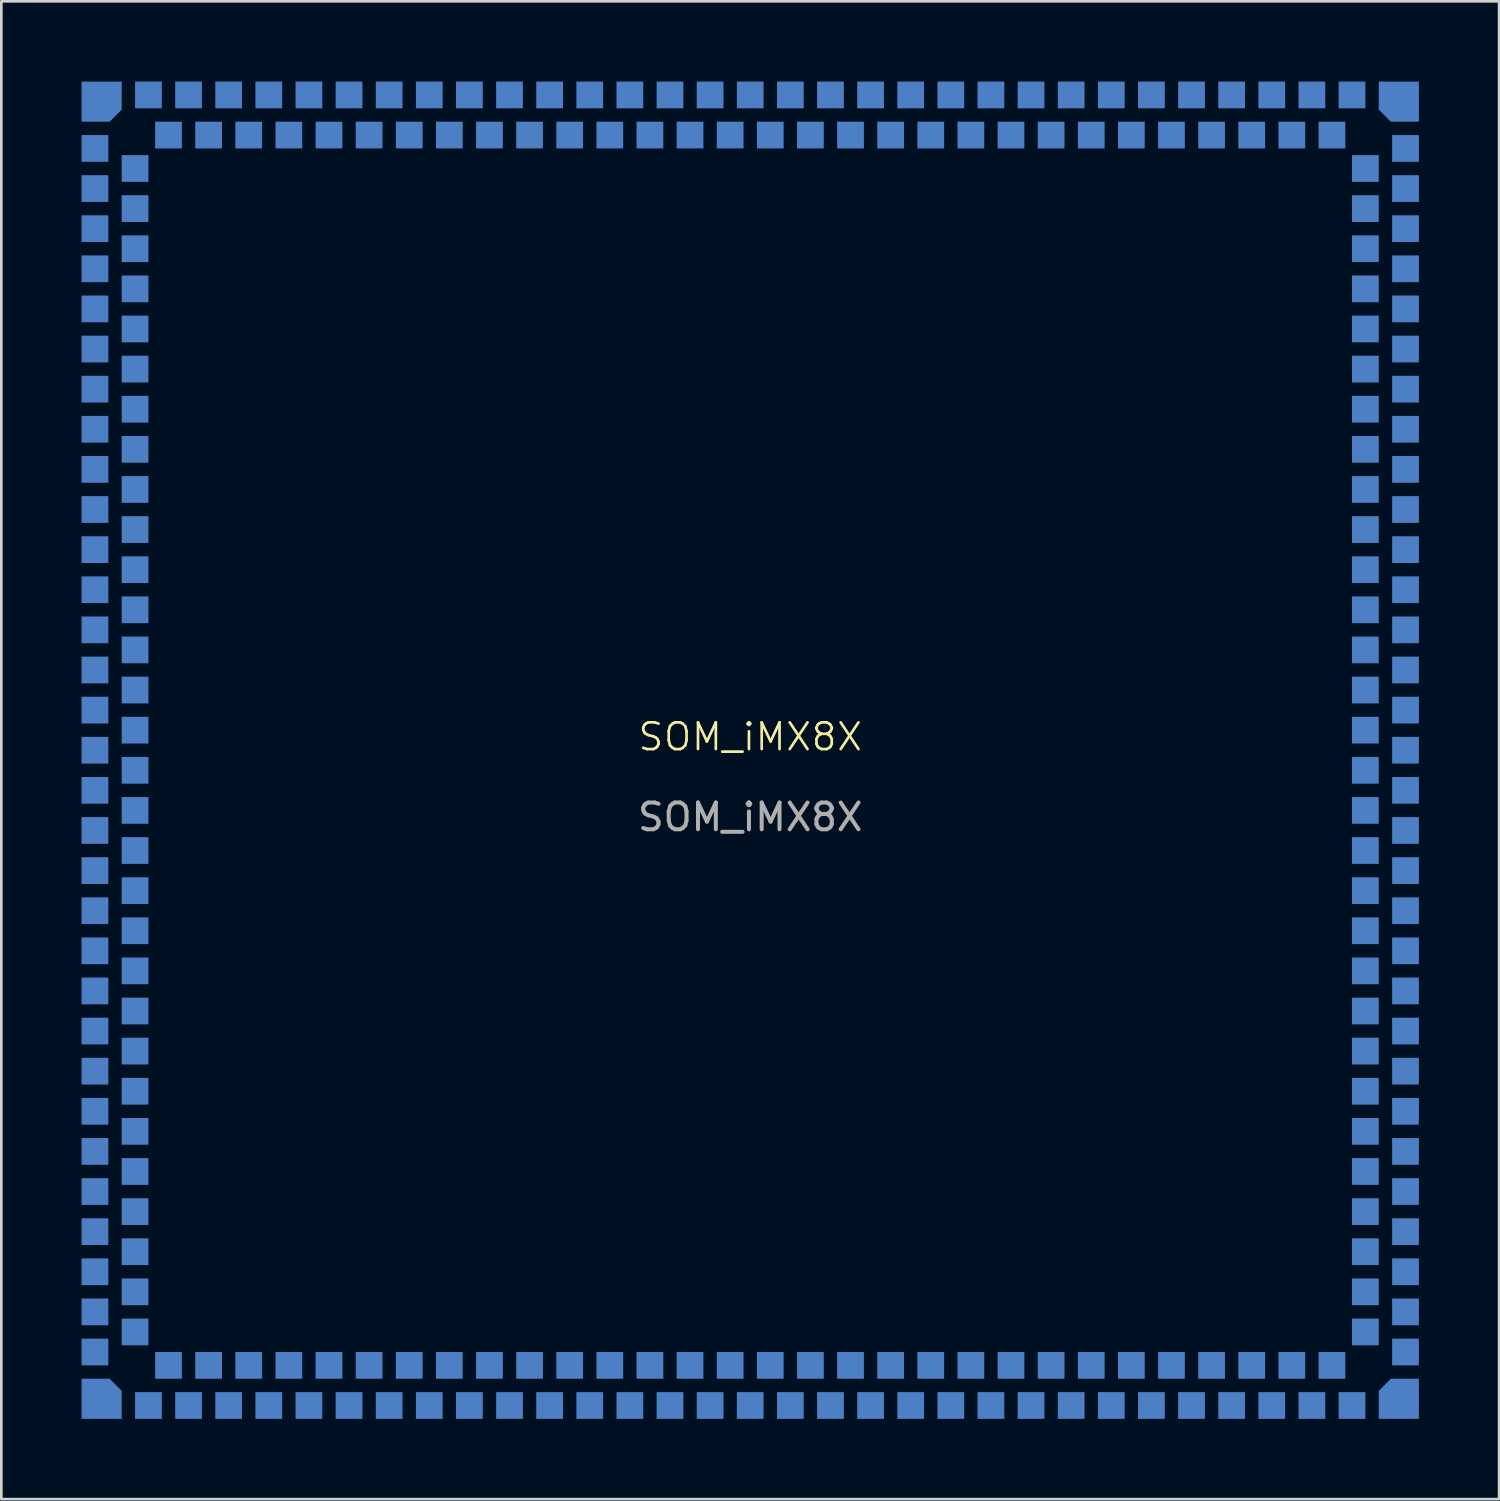
<source format=kicad_pcb>
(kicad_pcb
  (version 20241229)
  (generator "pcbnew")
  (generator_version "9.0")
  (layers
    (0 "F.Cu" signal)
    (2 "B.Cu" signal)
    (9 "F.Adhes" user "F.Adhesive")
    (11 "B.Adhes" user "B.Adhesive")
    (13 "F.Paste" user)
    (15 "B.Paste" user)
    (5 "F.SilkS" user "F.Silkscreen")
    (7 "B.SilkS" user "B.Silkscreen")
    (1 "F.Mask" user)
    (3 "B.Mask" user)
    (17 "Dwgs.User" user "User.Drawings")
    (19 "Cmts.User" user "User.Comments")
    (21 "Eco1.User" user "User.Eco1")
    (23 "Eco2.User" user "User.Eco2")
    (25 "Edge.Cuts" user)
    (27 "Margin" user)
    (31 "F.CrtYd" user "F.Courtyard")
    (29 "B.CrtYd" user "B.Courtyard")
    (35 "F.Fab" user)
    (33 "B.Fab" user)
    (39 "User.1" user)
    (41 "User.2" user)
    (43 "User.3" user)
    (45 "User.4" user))
  (footprint "SOM_iMX8X"
    (layer "F.Cu")
    (at 25 25)
    (property "Reference" "SOM_iMX8X" (at 0 -0.5 0) (unlocked yes) (layer "F.SilkS") (effects (font (size 1 1) (thickness 0.1))))
    (attr smd)
    (fp_text user "${REFERENCE}" (at 0 2.5 0) (unlocked yes) (layer "F.Fab") (effects (font (size 1 1) (thickness 0.15))))
    (pad "1" smd roundrect (at -24.25 -24.25) (size 1.5 1.5) (layers "B.Cu" "B.Mask") (roundrect_rratio 0) (chamfer_ratio 0.3) (chamfer bottom_right))
    (pad "2" smd rect (at -24.5 -22.5) (size 1 1) (layers "B.Cu" "B.Mask"))
    (pad "3" smd rect (at -24.5 -21) (size 1 1) (layers "B.Cu" "B.Mask"))
    (pad "4" smd rect (at -24.5 -19.5) (size 1 1) (layers "B.Cu" "B.Mask"))
    (pad "5" smd rect (at -24.5 -18) (size 1 1) (layers "B.Cu" "B.Mask"))
    (pad "6" smd rect (at -24.5 -16.5) (size 1 1) (layers "B.Cu" "B.Mask"))
    (pad "7" smd rect (at -24.5 -15) (size 1 1) (layers "B.Cu" "B.Mask"))
    (pad "8" smd rect (at -24.5 -13.5) (size 1 1) (layers "B.Cu" "B.Mask"))
    (pad "9" smd rect (at -24.5 -12) (size 1 1) (layers "B.Cu" "B.Mask"))
    (pad "10" smd rect (at -24.5 -10.5) (size 1 1) (layers "B.Cu" "B.Mask"))
    (pad "11" smd rect (at -24.5 -9) (size 1 1) (layers "B.Cu" "B.Mask"))
    (pad "12" smd rect (at -24.5 -7.5) (size 1 1) (layers "B.Cu" "B.Mask"))
    (pad "13" smd rect (at -24.5 -6) (size 1 1) (layers "B.Cu" "B.Mask"))
    (pad "14" smd rect (at -24.5 -4.5) (size 1 1) (layers "B.Cu" "B.Mask"))
    (pad "15" smd rect (at -24.5 -3) (size 1 1) (layers "B.Cu" "B.Mask"))
    (pad "16" smd rect (at -24.5 -1.5) (size 1 1) (layers "B.Cu" "B.Mask"))
    (pad "17" smd rect (at -24.5 0) (size 1 1) (layers "B.Cu" "B.Mask"))
    (pad "18" smd rect (at -24.5 1.5) (size 1 1) (layers "B.Cu" "B.Mask"))
    (pad "19" smd rect (at -24.5 3) (size 1 1) (layers "B.Cu" "B.Mask"))
    (pad "20" smd rect (at -24.5 4.5) (size 1 1) (layers "B.Cu" "B.Mask"))
    (pad "21" smd rect (at -24.5 6) (size 1 1) (layers "B.Cu" "B.Mask"))
    (pad "22" smd rect (at -24.5 7.5) (size 1 1) (layers "B.Cu" "B.Mask"))
    (pad "23" smd rect (at -24.5 9) (size 1 1) (layers "B.Cu" "B.Mask"))
    (pad "24" smd rect (at -24.5 10.5) (size 1 1) (layers "B.Cu" "B.Mask"))
    (pad "25" smd rect (at -24.5 12) (size 1 1) (layers "B.Cu" "B.Mask"))
    (pad "26" smd rect (at -24.5 13.5) (size 1 1) (layers "B.Cu" "B.Mask"))
    (pad "27" smd rect (at -24.5 15) (size 1 1) (layers "B.Cu" "B.Mask"))
    (pad "28" smd rect (at -24.5 16.5) (size 1 1) (layers "B.Cu" "B.Mask"))
    (pad "29" smd rect (at -24.5 18) (size 1 1) (layers "B.Cu" "B.Mask"))
    (pad "30" smd rect (at -24.5 19.5) (size 1 1) (layers "B.Cu" "B.Mask"))
    (pad "31" smd rect (at -24.5 21) (size 1 1) (layers "B.Cu" "B.Mask"))
    (pad "32" smd rect (at -24.5 22.5) (size 1 1) (layers "B.Cu" "B.Mask"))
    (pad "33" smd roundrect (at -24.25 24.25) (size 1.5 1.5) (layers "B.Cu" "B.Mask") (roundrect_rratio 0) (chamfer_ratio 0.3) (chamfer top_right))
    (pad "34" smd rect (at -22.5 24.5) (size 1 1) (layers "B.Cu" "B.Mask"))
    (pad "35" smd rect (at -21 24.5) (size 1 1) (layers "B.Cu" "B.Mask"))
    (pad "36" smd rect (at -19.5 24.5) (size 1 1) (layers "B.Cu" "B.Mask"))
    (pad "37" smd rect (at -18 24.5) (size 1 1) (layers "B.Cu" "B.Mask"))
    (pad "38" smd rect (at -16.5 24.5) (size 1 1) (layers "B.Cu" "B.Mask"))
    (pad "39" smd rect (at -15 24.5) (size 1 1) (layers "B.Cu" "B.Mask"))
    (pad "40" smd rect (at -13.5 24.5) (size 1 1) (layers "B.Cu" "B.Mask"))
    (pad "41" smd rect (at -12 24.5) (size 1 1) (layers "B.Cu" "B.Mask"))
    (pad "42" smd rect (at -10.5 24.5) (size 1 1) (layers "B.Cu" "B.Mask"))
    (pad "43" smd rect (at -9 24.5) (size 1 1) (layers "B.Cu" "B.Mask"))
    (pad "44" smd rect (at -7.5 24.5) (size 1 1) (layers "B.Cu" "B.Mask"))
    (pad "45" smd rect (at -6 24.5) (size 1 1) (layers "B.Cu" "B.Mask"))
    (pad "46" smd rect (at -4.5 24.5) (size 1 1) (layers "B.Cu" "B.Mask"))
    (pad "47" smd rect (at -3 24.5) (size 1 1) (layers "B.Cu" "B.Mask"))
    (pad "48" smd rect (at -1.5 24.5) (size 1 1) (layers "B.Cu" "B.Mask"))
    (pad "49" smd rect (at 0 24.5) (size 1 1) (layers "B.Cu" "B.Mask"))
    (pad "50" smd rect (at 1.5 24.5) (size 1 1) (layers "B.Cu" "B.Mask"))
    (pad "51" smd rect (at 3 24.5) (size 1 1) (layers "B.Cu" "B.Mask"))
    (pad "52" smd rect (at 4.5 24.5) (size 1 1) (layers "B.Cu" "B.Mask"))
    (pad "53" smd rect (at 6 24.5) (size 1 1) (layers "B.Cu" "B.Mask"))
    (pad "54" smd rect (at 7.5 24.5) (size 1 1) (layers "B.Cu" "B.Mask"))
    (pad "55" smd rect (at 9 24.5) (size 1 1) (layers "B.Cu" "B.Mask"))
    (pad "56" smd rect (at 10.5 24.5) (size 1 1) (layers "B.Cu" "B.Mask"))
    (pad "57" smd rect (at 12 24.5) (size 1 1) (layers "B.Cu" "B.Mask"))
    (pad "58" smd rect (at 13.5 24.5) (size 1 1) (layers "B.Cu" "B.Mask"))
    (pad "59" smd rect (at 15 24.5) (size 1 1) (layers "B.Cu" "B.Mask"))
    (pad "60" smd rect (at 16.5 24.5) (size 1 1) (layers "B.Cu" "B.Mask"))
    (pad "61" smd rect (at 18 24.5) (size 1 1) (layers "B.Cu" "B.Mask"))
    (pad "62" smd rect (at 19.5 24.5) (size 1 1) (layers "B.Cu" "B.Mask"))
    (pad "63" smd rect (at 21 24.5) (size 1 1) (layers "B.Cu" "B.Mask"))
    (pad "64" smd rect (at 22.5 24.5) (size 1 1) (layers "B.Cu" "B.Mask"))
    (pad "65" smd roundrect (at 24.25 24.25) (size 1.5 1.5) (layers "B.Cu" "B.Mask") (roundrect_rratio 0) (chamfer_ratio 0.3) (chamfer top_left))
    (pad "66" smd rect (at 24.5 22.5) (size 1 1) (layers "B.Cu" "B.Mask"))
    (pad "67" smd rect (at 24.5 21) (size 1 1) (layers "B.Cu" "B.Mask"))
    (pad "68" smd rect (at 24.5 19.5) (size 1 1) (layers "B.Cu" "B.Mask"))
    (pad "69" smd rect (at 24.5 18) (size 1 1) (layers "B.Cu" "B.Mask"))
    (pad "70" smd rect (at 24.5 16.5) (size 1 1) (layers "B.Cu" "B.Mask"))
    (pad "71" smd rect (at 24.5 15) (size 1 1) (layers "B.Cu" "B.Mask"))
    (pad "72" smd rect (at 24.5 13.5) (size 1 1) (layers "B.Cu" "B.Mask"))
    (pad "73" smd rect (at 24.5 12) (size 1 1) (layers "B.Cu" "B.Mask"))
    (pad "74" smd rect (at 24.5 10.5) (size 1 1) (layers "B.Cu" "B.Mask"))
    (pad "75" smd rect (at 24.5 9) (size 1 1) (layers "B.Cu" "B.Mask"))
    (pad "76" smd rect (at 24.5 7.5) (size 1 1) (layers "B.Cu" "B.Mask"))
    (pad "77" smd rect (at 24.5 6) (size 1 1) (layers "B.Cu" "B.Mask"))
    (pad "78" smd rect (at 24.5 4.5) (size 1 1) (layers "B.Cu" "B.Mask"))
    (pad "79" smd rect (at 24.5 3) (size 1 1) (layers "B.Cu" "B.Mask"))
    (pad "80" smd rect (at 24.5 1.5) (size 1 1) (layers "B.Cu" "B.Mask"))
    (pad "81" smd rect (at 24.5 0) (size 1 1) (layers "B.Cu" "B.Mask"))
    (pad "82" smd rect (at 24.5 -1.5) (size 1 1) (layers "B.Cu" "B.Mask"))
    (pad "83" smd rect (at 24.5 -3) (size 1 1) (layers "B.Cu" "B.Mask"))
    (pad "84" smd rect (at 24.5 -4.5) (size 1 1) (layers "B.Cu" "B.Mask"))
    (pad "85" smd rect (at 24.5 -6) (size 1 1) (layers "B.Cu" "B.Mask"))
    (pad "86" smd rect (at 24.5 -7.5) (size 1 1) (layers "B.Cu" "B.Mask"))
    (pad "87" smd rect (at 24.5 -9) (size 1 1) (layers "B.Cu" "B.Mask"))
    (pad "88" smd rect (at 24.5 -10.5) (size 1 1) (layers "B.Cu" "B.Mask"))
    (pad "89" smd rect (at 24.5 -12) (size 1 1) (layers "B.Cu" "B.Mask"))
    (pad "90" smd rect (at 24.5 -13.5) (size 1 1) (layers "B.Cu" "B.Mask"))
    (pad "91" smd rect (at 24.5 -15) (size 1 1) (layers "B.Cu" "B.Mask"))
    (pad "92" smd rect (at 24.5 -16.5) (size 1 1) (layers "B.Cu" "B.Mask"))
    (pad "93" smd rect (at 24.5 -18) (size 1 1) (layers "B.Cu" "B.Mask"))
    (pad "94" smd rect (at 24.5 -19.5) (size 1 1) (layers "B.Cu" "B.Mask"))
    (pad "95" smd rect (at 24.5 -21) (size 1 1) (layers "B.Cu" "B.Mask"))
    (pad "96" smd rect (at 24.5 -22.5) (size 1 1) (layers "B.Cu" "B.Mask"))
    (pad "97" smd roundrect (at 24.25 -24.25) (size 1.5 1.5) (layers "B.Cu" "B.Mask") (roundrect_rratio 0) (chamfer_ratio 0.3) (chamfer bottom_left))
    (pad "98" smd rect (at 22.5 -24.5) (size 1 1) (layers "B.Cu" "B.Mask"))
    (pad "99" smd rect (at 21 -24.5) (size 1 1) (layers "B.Cu" "B.Mask"))
    (pad "100" smd rect (at 19.5 -24.5) (size 1 1) (layers "B.Cu" "B.Mask"))
    (pad "101" smd rect (at 18 -24.5) (size 1 1) (layers "B.Cu" "B.Mask"))
    (pad "102" smd rect (at 16.5 -24.5) (size 1 1) (layers "B.Cu" "B.Mask"))
    (pad "103" smd rect (at 15 -24.5) (size 1 1) (layers "B.Cu" "B.Mask"))
    (pad "104" smd rect (at 13.5 -24.5) (size 1 1) (layers "B.Cu" "B.Mask"))
    (pad "105" smd rect (at 12 -24.5) (size 1 1) (layers "B.Cu" "B.Mask"))
    (pad "106" smd rect (at 10.5 -24.5) (size 1 1) (layers "B.Cu" "B.Mask"))
    (pad "107" smd rect (at 9 -24.5) (size 1 1) (layers "B.Cu" "B.Mask"))
    (pad "108" smd rect (at 7.5 -24.5) (size 1 1) (layers "B.Cu" "B.Mask"))
    (pad "109" smd rect (at 6 -24.5) (size 1 1) (layers "B.Cu" "B.Mask"))
    (pad "110" smd rect (at 4.5 -24.5) (size 1 1) (layers "B.Cu" "B.Mask"))
    (pad "111" smd rect (at 3 -24.5) (size 1 1) (layers "B.Cu" "B.Mask"))
    (pad "112" smd rect (at 1.5 -24.5) (size 1 1) (layers "B.Cu" "B.Mask"))
    (pad "113" smd rect (at 0 -24.5) (size 1 1) (layers "B.Cu" "B.Mask"))
    (pad "114" smd rect (at -1.5 -24.5) (size 1 1) (layers "B.Cu" "B.Mask"))
    (pad "115" smd rect (at -3 -24.5) (size 1 1) (layers "B.Cu" "B.Mask"))
    (pad "116" smd rect (at -4.5 -24.5) (size 1 1) (layers "B.Cu" "B.Mask"))
    (pad "117" smd rect (at -6 -24.5) (size 1 1) (layers "B.Cu" "B.Mask"))
    (pad "118" smd rect (at -7.5 -24.5) (size 1 1) (layers "B.Cu" "B.Mask"))
    (pad "119" smd rect (at -9 -24.5) (size 1 1) (layers "B.Cu" "B.Mask"))
    (pad "120" smd rect (at -10.5 -24.5) (size 1 1) (layers "B.Cu" "B.Mask"))
    (pad "121" smd rect (at -12 -24.5) (size 1 1) (layers "B.Cu" "B.Mask"))
    (pad "122" smd rect (at -13.5 -24.5) (size 1 1) (layers "B.Cu" "B.Mask"))
    (pad "123" smd rect (at -15 -24.5) (size 1 1) (layers "B.Cu" "B.Mask"))
    (pad "124" smd rect (at -16.5 -24.5) (size 1 1) (layers "B.Cu" "B.Mask"))
    (pad "125" smd rect (at -18 -24.5) (size 1 1) (layers "B.Cu" "B.Mask"))
    (pad "126" smd rect (at -19.5 -24.5) (size 1 1) (layers "B.Cu" "B.Mask"))
    (pad "127" smd rect (at -21 -24.5) (size 1 1) (layers "B.Cu" "B.Mask"))
    (pad "128" smd rect (at -22.5 -24.5) (size 1 1) (layers "B.Cu" "B.Mask"))
    (pad "129" smd rect (at -23 -21.75) (size 1 1) (layers "B.Cu" "B.Mask"))
    (pad "130" smd rect (at -23 -20.25) (size 1 1) (layers "B.Cu" "B.Mask"))
    (pad "131" smd rect (at -23 -18.75) (size 1 1) (layers "B.Cu" "B.Mask"))
    (pad "132" smd rect (at -23 -17.25) (size 1 1) (layers "B.Cu" "B.Mask"))
    (pad "133" smd rect (at -23 -15.75) (size 1 1) (layers "B.Cu" "B.Mask"))
    (pad "134" smd rect (at -23 -14.25) (size 1 1) (layers "B.Cu" "B.Mask"))
    (pad "135" smd rect (at -23 -12.75) (size 1 1) (layers "B.Cu" "B.Mask"))
    (pad "136" smd rect (at -23 -11.25) (size 1 1) (layers "B.Cu" "B.Mask"))
    (pad "137" smd rect (at -23 -9.75) (size 1 1) (layers "B.Cu" "B.Mask"))
    (pad "138" smd rect (at -23 -8.25) (size 1 1) (layers "B.Cu" "B.Mask"))
    (pad "139" smd rect (at -23 -6.75) (size 1 1) (layers "B.Cu" "B.Mask"))
    (pad "140" smd rect (at -23 -5.25) (size 1 1) (layers "B.Cu" "B.Mask"))
    (pad "141" smd rect (at -23 -3.75) (size 1 1) (layers "B.Cu" "B.Mask"))
    (pad "142" smd rect (at -23 -2.25) (size 1 1) (layers "B.Cu" "B.Mask"))
    (pad "143" smd rect (at -23 -0.75) (size 1 1) (layers "B.Cu" "B.Mask"))
    (pad "144" smd rect (at -23 0.75) (size 1 1) (layers "B.Cu" "B.Mask"))
    (pad "145" smd rect (at -23 2.25) (size 1 1) (layers "B.Cu" "B.Mask"))
    (pad "146" smd rect (at -23 3.75) (size 1 1) (layers "B.Cu" "B.Mask"))
    (pad "147" smd rect (at -23 5.25) (size 1 1) (layers "B.Cu" "B.Mask"))
    (pad "148" smd rect (at -23 6.75) (size 1 1) (layers "B.Cu" "B.Mask"))
    (pad "149" smd rect (at -23 8.25) (size 1 1) (layers "B.Cu" "B.Mask"))
    (pad "150" smd rect (at -23 9.75) (size 1 1) (layers "B.Cu" "B.Mask"))
    (pad "151" smd rect (at -23 11.25) (size 1 1) (layers "B.Cu" "B.Mask"))
    (pad "152" smd rect (at -23 12.75) (size 1 1) (layers "B.Cu" "B.Mask"))
    (pad "153" smd rect (at -23 14.25) (size 1 1) (layers "B.Cu" "B.Mask"))
    (pad "154" smd rect (at -23 15.75) (size 1 1) (layers "B.Cu" "B.Mask"))
    (pad "155" smd rect (at -23 17.25) (size 1 1) (layers "B.Cu" "B.Mask"))
    (pad "156" smd rect (at -23 18.75) (size 1 1) (layers "B.Cu" "B.Mask"))
    (pad "157" smd rect (at -23 20.25) (size 1 1) (layers "B.Cu" "B.Mask"))
    (pad "158" smd rect (at -23 21.75) (size 1 1) (layers "B.Cu" "B.Mask"))
    (pad "159" smd rect (at -21.75 23) (size 1 1) (layers "B.Cu" "B.Mask"))
    (pad "160" smd rect (at -20.25 23) (size 1 1) (layers "B.Cu" "B.Mask"))
    (pad "161" smd rect (at -18.75 23) (size 1 1) (layers "B.Cu" "B.Mask"))
    (pad "162" smd rect (at -17.25 23) (size 1 1) (layers "B.Cu" "B.Mask"))
    (pad "163" smd rect (at -15.75 23) (size 1 1) (layers "B.Cu" "B.Mask"))
    (pad "164" smd rect (at -14.25 23) (size 1 1) (layers "B.Cu" "B.Mask"))
    (pad "165" smd rect (at -12.75 23) (size 1 1) (layers "B.Cu" "B.Mask"))
    (pad "166" smd rect (at -11.25 23) (size 1 1) (layers "B.Cu" "B.Mask"))
    (pad "167" smd rect (at -9.75 23) (size 1 1) (layers "B.Cu" "B.Mask"))
    (pad "168" smd rect (at -8.25 23) (size 1 1) (layers "B.Cu" "B.Mask"))
    (pad "169" smd rect (at -6.75 23) (size 1 1) (layers "B.Cu" "B.Mask"))
    (pad "170" smd rect (at -5.25 23) (size 1 1) (layers "B.Cu" "B.Mask"))
    (pad "171" smd rect (at -3.75 23) (size 1 1) (layers "B.Cu" "B.Mask"))
    (pad "172" smd rect (at -2.25 23) (size 1 1) (layers "B.Cu" "B.Mask"))
    (pad "173" smd rect (at -0.75 23) (size 1 1) (layers "B.Cu" "B.Mask"))
    (pad "174" smd rect (at 0.75 23) (size 1 1) (layers "B.Cu" "B.Mask"))
    (pad "175" smd rect (at 2.25 23) (size 1 1) (layers "B.Cu" "B.Mask"))
    (pad "176" smd rect (at 3.75 23) (size 1 1) (layers "B.Cu" "B.Mask"))
    (pad "177" smd rect (at 5.25 23) (size 1 1) (layers "B.Cu" "B.Mask"))
    (pad "178" smd rect (at 6.75 23) (size 1 1) (layers "B.Cu" "B.Mask"))
    (pad "179" smd rect (at 8.25 23) (size 1 1) (layers "B.Cu" "B.Mask"))
    (pad "180" smd rect (at 9.75 23) (size 1 1) (layers "B.Cu" "B.Mask"))
    (pad "181" smd rect (at 11.25 23) (size 1 1) (layers "B.Cu" "B.Mask"))
    (pad "182" smd rect (at 12.75 23) (size 1 1) (layers "B.Cu" "B.Mask"))
    (pad "183" smd rect (at 14.25 23) (size 1 1) (layers "B.Cu" "B.Mask"))
    (pad "184" smd rect (at 15.75 23) (size 1 1) (layers "B.Cu" "B.Mask"))
    (pad "185" smd rect (at 17.25 23) (size 1 1) (layers "B.Cu" "B.Mask"))
    (pad "186" smd rect (at 18.75 23) (size 1 1) (layers "B.Cu" "B.Mask"))
    (pad "187" smd rect (at 20.25 23) (size 1 1) (layers "B.Cu" "B.Mask"))
    (pad "188" smd rect (at 21.75 23) (size 1 1) (layers "B.Cu" "B.Mask"))
    (pad "189" smd rect (at 23 21.75) (size 1 1) (layers "B.Cu" "B.Mask"))
    (pad "190" smd rect (at 23 20.25) (size 1 1) (layers "B.Cu" "B.Mask"))
    (pad "191" smd rect (at 23 18.75) (size 1 1) (layers "B.Cu" "B.Mask"))
    (pad "192" smd rect (at 23 17.25) (size 1 1) (layers "B.Cu" "B.Mask"))
    (pad "193" smd rect (at 23 15.75) (size 1 1) (layers "B.Cu" "B.Mask"))
    (pad "194" smd rect (at 23 14.25) (size 1 1) (layers "B.Cu" "B.Mask"))
    (pad "195" smd rect (at 23 12.75) (size 1 1) (layers "B.Cu" "B.Mask"))
    (pad "196" smd rect (at 23 11.25) (size 1 1) (layers "B.Cu" "B.Mask"))
    (pad "197" smd rect (at 23 9.75) (size 1 1) (layers "B.Cu" "B.Mask"))
    (pad "198" smd rect (at 23 8.25) (size 1 1) (layers "B.Cu" "B.Mask"))
    (pad "199" smd rect (at 23 6.75) (size 1 1) (layers "B.Cu" "B.Mask"))
    (pad "200" smd rect (at 23 5.25) (size 1 1) (layers "B.Cu" "B.Mask"))
    (pad "201" smd rect (at 23 3.75) (size 1 1) (layers "B.Cu" "B.Mask"))
    (pad "202" smd rect (at 23 2.25) (size 1 1) (layers "B.Cu" "B.Mask"))
    (pad "203" smd rect (at 23 0.75) (size 1 1) (layers "B.Cu" "B.Mask"))
    (pad "204" smd rect (at 23 -0.75) (size 1 1) (layers "B.Cu" "B.Mask"))
    (pad "205" smd rect (at 23 -2.25) (size 1 1) (layers "B.Cu" "B.Mask"))
    (pad "206" smd rect (at 23 -3.75) (size 1 1) (layers "B.Cu" "B.Mask"))
    (pad "207" smd rect (at 23 -5.25) (size 1 1) (layers "B.Cu" "B.Mask"))
    (pad "208" smd rect (at 23 -6.75) (size 1 1) (layers "B.Cu" "B.Mask"))
    (pad "209" smd rect (at 23 -8.25) (size 1 1) (layers "B.Cu" "B.Mask"))
    (pad "210" smd rect (at 23 -9.75) (size 1 1) (layers "B.Cu" "B.Mask"))
    (pad "211" smd rect (at 23 -11.25) (size 1 1) (layers "B.Cu" "B.Mask"))
    (pad "212" smd rect (at 23 -12.75) (size 1 1) (layers "B.Cu" "B.Mask"))
    (pad "213" smd rect (at 23 -14.25) (size 1 1) (layers "B.Cu" "B.Mask"))
    (pad "214" smd rect (at 23 -15.75) (size 1 1) (layers "B.Cu" "B.Mask"))
    (pad "215" smd rect (at 23 -17.25) (size 1 1) (layers "B.Cu" "B.Mask"))
    (pad "216" smd rect (at 23 -18.75) (size 1 1) (layers "B.Cu" "B.Mask"))
    (pad "217" smd rect (at 23 -20.25) (size 1 1) (layers "B.Cu" "B.Mask"))
    (pad "218" smd rect (at 23 -21.75) (size 1 1) (layers "B.Cu" "B.Mask"))
    (pad "219" smd rect (at 21.75 -23) (size 1 1) (layers "B.Cu" "B.Mask"))
    (pad "220" smd rect (at 20.25 -23) (size 1 1) (layers "B.Cu" "B.Mask"))
    (pad "221" smd rect (at 18.75 -23) (size 1 1) (layers "B.Cu" "B.Mask"))
    (pad "222" smd rect (at 17.25 -23) (size 1 1) (layers "B.Cu" "B.Mask"))
    (pad "223" smd rect (at 15.75 -23) (size 1 1) (layers "B.Cu" "B.Mask"))
    (pad "224" smd rect (at 14.25 -23) (size 1 1) (layers "B.Cu" "B.Mask"))
    (pad "225" smd rect (at 12.75 -23) (size 1 1) (layers "B.Cu" "B.Mask"))
    (pad "226" smd rect (at 11.25 -23) (size 1 1) (layers "B.Cu" "B.Mask"))
    (pad "227" smd rect (at 9.75 -23) (size 1 1) (layers "B.Cu" "B.Mask"))
    (pad "228" smd rect (at 8.25 -23) (size 1 1) (layers "B.Cu" "B.Mask"))
    (pad "229" smd rect (at 6.75 -23) (size 1 1) (layers "B.Cu" "B.Mask"))
    (pad "230" smd rect (at 5.25 -23) (size 1 1) (layers "B.Cu" "B.Mask"))
    (pad "231" smd rect (at 3.75 -23) (size 1 1) (layers "B.Cu" "B.Mask"))
    (pad "232" smd rect (at 2.25 -23) (size 1 1) (layers "B.Cu" "B.Mask"))
    (pad "233" smd rect (at 0.75 -23) (size 1 1) (layers "B.Cu" "B.Mask"))
    (pad "234" smd rect (at -0.75 -23) (size 1 1) (layers "B.Cu" "B.Mask"))
    (pad "235" smd rect (at -2.25 -23) (size 1 1) (layers "B.Cu" "B.Mask"))
    (pad "236" smd rect (at -3.75 -23) (size 1 1) (layers "B.Cu" "B.Mask"))
    (pad "237" smd rect (at -5.25 -23) (size 1 1) (layers "B.Cu" "B.Mask"))
    (pad "238" smd rect (at -6.75 -23) (size 1 1) (layers "B.Cu" "B.Mask"))
    (pad "239" smd rect (at -8.25 -23) (size 1 1) (layers "B.Cu" "B.Mask"))
    (pad "240" smd rect (at -9.75 -23) (size 1 1) (layers "B.Cu" "B.Mask"))
    (pad "241" smd rect (at -11.25 -23) (size 1 1) (layers "B.Cu" "B.Mask"))
    (pad "242" smd rect (at -12.75 -23) (size 1 1) (layers "B.Cu" "B.Mask"))
    (pad "243" smd rect (at -14.25 -23) (size 1 1) (layers "B.Cu" "B.Mask"))
    (pad "244" smd rect (at -15.75 -23) (size 1 1) (layers "B.Cu" "B.Mask"))
    (pad "245" smd rect (at -17.25 -23) (size 1 1) (layers "B.Cu" "B.Mask"))
    (pad "246" smd rect (at -18.75 -23) (size 1 1) (layers "B.Cu" "B.Mask"))
    (pad "247" smd rect (at -20.25 -23) (size 1 1) (layers "B.Cu" "B.Mask"))
    (pad "248" smd rect (at -21.75 -23) (size 1 1) (layers "B.Cu" "B.Mask")))
  (gr_rect
    (start -3 -3)
    (end 53 53)
    (stroke (width 0.1) (type default))
    (fill no)
    (layer "Edge.Cuts")))
</source>
